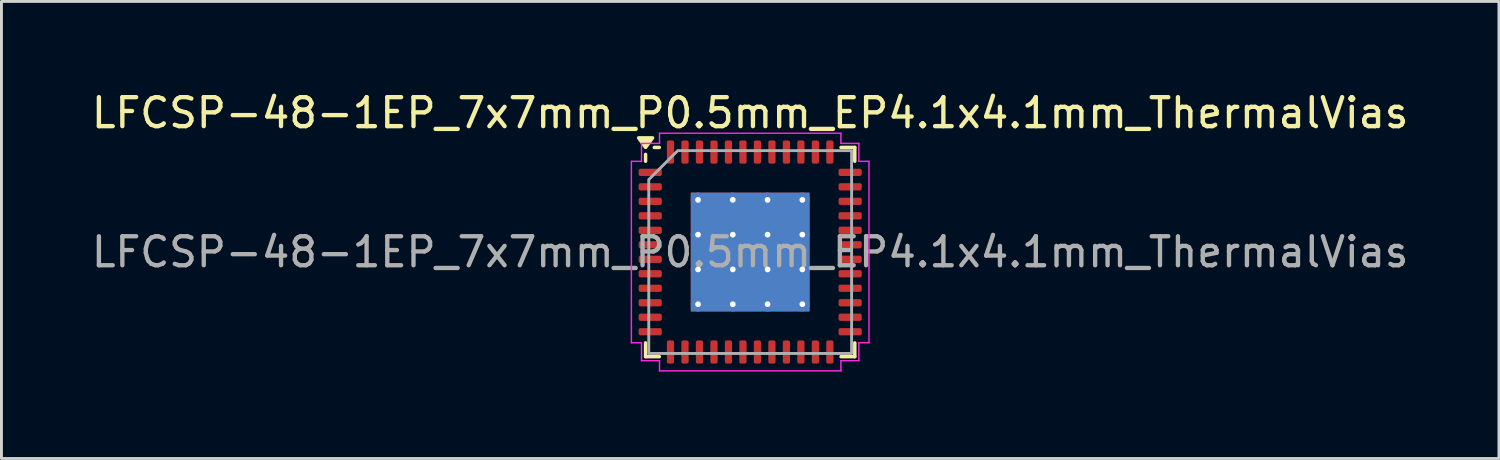
<source format=kicad_pcb>
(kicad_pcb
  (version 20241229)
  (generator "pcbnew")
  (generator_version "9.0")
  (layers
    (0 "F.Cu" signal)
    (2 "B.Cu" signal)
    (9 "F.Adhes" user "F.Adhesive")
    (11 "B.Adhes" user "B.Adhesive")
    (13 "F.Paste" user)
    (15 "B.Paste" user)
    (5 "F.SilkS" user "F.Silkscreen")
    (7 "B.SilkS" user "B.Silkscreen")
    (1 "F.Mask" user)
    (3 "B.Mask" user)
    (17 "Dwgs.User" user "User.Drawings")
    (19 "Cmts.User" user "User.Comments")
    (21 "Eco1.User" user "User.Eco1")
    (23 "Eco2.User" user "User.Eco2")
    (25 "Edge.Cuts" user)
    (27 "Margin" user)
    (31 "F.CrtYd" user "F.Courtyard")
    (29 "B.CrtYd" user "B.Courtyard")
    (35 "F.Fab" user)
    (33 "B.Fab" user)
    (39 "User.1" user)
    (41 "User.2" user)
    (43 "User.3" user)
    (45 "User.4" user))
  (footprint "LFCSP-48-1EP_7x7mm_P0.5mm_EP4.1x4.1mm_ThermalVias"
    (layer "F.Cu")
    (at 22.839 5.648)
    (property "Reference" "LFCSP-48-1EP_7x7mm_P0.5mm_EP4.1x4.1mm_ThermalVias" (at 0 -4.8 0) (layer "F.SilkS") (effects (font (size 1 1) (thickness 0.15))))
    (attr smd)
    (fp_line (start -3.61 -3.135) (end -3.61 -3.37) (stroke (width 0.12) (type solid)) (layer "F.SilkS"))
    (fp_line (start -3.61 3.61) (end -3.61 3.135) (stroke (width 0.12) (type solid)) (layer "F.SilkS"))
    (fp_line (start -3.135 -3.61) (end -3.31 -3.61) (stroke (width 0.12) (type solid)) (layer "F.SilkS"))
    (fp_line (start -3.135 3.61) (end -3.61 3.61) (stroke (width 0.12) (type solid)) (layer "F.SilkS"))
    (fp_line (start 3.135 -3.61) (end 3.61 -3.61) (stroke (width 0.12) (type solid)) (layer "F.SilkS"))
    (fp_line (start 3.135 3.61) (end 3.61 3.61) (stroke (width 0.12) (type solid)) (layer "F.SilkS"))
    (fp_line (start 3.61 -3.61) (end 3.61 -3.135) (stroke (width 0.12) (type solid)) (layer "F.SilkS"))
    (fp_line (start 3.61 3.61) (end 3.61 3.135) (stroke (width 0.12) (type solid)) (layer "F.SilkS"))
    (fp_poly (pts (xy -3.61 -3.61) (xy -3.85 -3.94) (xy -3.37 -3.94)) (stroke (width 0.12) (type solid)) (fill yes) (layer "F.SilkS"))
    (fp_line (start -4.1 -3.13) (end -3.75 -3.13) (stroke (width 0.05) (type solid)) (layer "F.CrtYd"))
    (fp_line (start -4.1 3.13) (end -4.1 -3.13) (stroke (width 0.05) (type solid)) (layer "F.CrtYd"))
    (fp_line (start -3.75 -3.75) (end -3.13 -3.75) (stroke (width 0.05) (type solid)) (layer "F.CrtYd"))
    (fp_line (start -3.75 -3.13) (end -3.75 -3.75) (stroke (width 0.05) (type solid)) (layer "F.CrtYd"))
    (fp_line (start -3.75 3.13) (end -4.1 3.13) (stroke (width 0.05) (type solid)) (layer "F.CrtYd"))
    (fp_line (start -3.75 3.75) (end -3.75 3.13) (stroke (width 0.05) (type solid)) (layer "F.CrtYd"))
    (fp_line (start -3.13 -4.1) (end 3.13 -4.1) (stroke (width 0.05) (type solid)) (layer "F.CrtYd"))
    (fp_line (start -3.13 -3.75) (end -3.13 -4.1) (stroke (width 0.05) (type solid)) (layer "F.CrtYd"))
    (fp_line (start -3.13 3.75) (end -3.75 3.75) (stroke (width 0.05) (type solid)) (layer "F.CrtYd"))
    (fp_line (start -3.13 4.1) (end -3.13 3.75) (stroke (width 0.05) (type solid)) (layer "F.CrtYd"))
    (fp_line (start 3.13 -4.1) (end 3.13 -3.75) (stroke (width 0.05) (type solid)) (layer "F.CrtYd"))
    (fp_line (start 3.13 -3.75) (end 3.75 -3.75) (stroke (width 0.05) (type solid)) (layer "F.CrtYd"))
    (fp_line (start 3.13 3.75) (end 3.13 4.1) (stroke (width 0.05) (type solid)) (layer "F.CrtYd"))
    (fp_line (start 3.13 4.1) (end -3.13 4.1) (stroke (width 0.05) (type solid)) (layer "F.CrtYd"))
    (fp_line (start 3.75 -3.75) (end 3.75 -3.13) (stroke (width 0.05) (type solid)) (layer "F.CrtYd"))
    (fp_line (start 3.75 -3.13) (end 4.1 -3.13) (stroke (width 0.05) (type solid)) (layer "F.CrtYd"))
    (fp_line (start 3.75 3.13) (end 3.75 3.75) (stroke (width 0.05) (type solid)) (layer "F.CrtYd"))
    (fp_line (start 3.75 3.75) (end 3.13 3.75) (stroke (width 0.05) (type solid)) (layer "F.CrtYd"))
    (fp_line (start 4.1 -3.13) (end 4.1 3.13) (stroke (width 0.05) (type solid)) (layer "F.CrtYd"))
    (fp_line (start 4.1 3.13) (end 3.75 3.13) (stroke (width 0.05) (type solid)) (layer "F.CrtYd"))
    (fp_poly (pts (xy -3.5 -2.5) (xy -3.5 3.5) (xy 3.5 3.5) (xy 3.5 -3.5) (xy -2.5 -3.5)) (stroke (width 0.1) (type solid)) (fill no) (layer "F.Fab"))
    (fp_text user "${REFERENCE}" (at 0 0 0) (layer "F.Fab") (effects (font (size 1 1) (thickness 0.15))))
    (pad "" smd roundrect (at -1.37 -1.37) (size 1.14 1.14) (layers "F.Paste") (roundrect_rratio 0.219))
    (pad "" smd roundrect (at -1.37 0) (size 1.14 1.14) (layers "F.Paste") (roundrect_rratio 0.219))
    (pad "" smd roundrect (at -1.37 1.37) (size 1.14 1.14) (layers "F.Paste") (roundrect_rratio 0.219))
    (pad "" smd roundrect (at 0 -1.37) (size 1.14 1.14) (layers "F.Paste") (roundrect_rratio 0.219))
    (pad "" smd roundrect (at 0 0) (size 1.14 1.14) (layers "F.Paste") (roundrect_rratio 0.219))
    (pad "" smd roundrect (at 0 1.37) (size 1.14 1.14) (layers "F.Paste") (roundrect_rratio 0.219))
    (pad "" smd roundrect (at 1.37 -1.37) (size 1.14 1.14) (layers "F.Paste") (roundrect_rratio 0.219))
    (pad "" smd roundrect (at 1.37 0) (size 1.14 1.14) (layers "F.Paste") (roundrect_rratio 0.219))
    (pad "" smd roundrect (at 1.37 1.37) (size 1.14 1.14) (layers "F.Paste") (roundrect_rratio 0.219))
    (pad "1" smd roundrect (at -3.45 -2.75) (size 0.8 0.25) (layers "F.Cu" "F.Mask" "F.Paste") (roundrect_rratio 0.25))
    (pad "2" smd roundrect (at -3.45 -2.25) (size 0.8 0.25) (layers "F.Cu" "F.Mask" "F.Paste") (roundrect_rratio 0.25))
    (pad "3" smd roundrect (at -3.45 -1.75) (size 0.8 0.25) (layers "F.Cu" "F.Mask" "F.Paste") (roundrect_rratio 0.25))
    (pad "4" smd roundrect (at -3.45 -1.25) (size 0.8 0.25) (layers "F.Cu" "F.Mask" "F.Paste") (roundrect_rratio 0.25))
    (pad "5" smd roundrect (at -3.45 -0.75) (size 0.8 0.25) (layers "F.Cu" "F.Mask" "F.Paste") (roundrect_rratio 0.25))
    (pad "6" smd roundrect (at -3.45 -0.25) (size 0.8 0.25) (layers "F.Cu" "F.Mask" "F.Paste") (roundrect_rratio 0.25))
    (pad "7" smd roundrect (at -3.45 0.25) (size 0.8 0.25) (layers "F.Cu" "F.Mask" "F.Paste") (roundrect_rratio 0.25))
    (pad "8" smd roundrect (at -3.45 0.75) (size 0.8 0.25) (layers "F.Cu" "F.Mask" "F.Paste") (roundrect_rratio 0.25))
    (pad "9" smd roundrect (at -3.45 1.25) (size 0.8 0.25) (layers "F.Cu" "F.Mask" "F.Paste") (roundrect_rratio 0.25))
    (pad "10" smd roundrect (at -3.45 1.75) (size 0.8 0.25) (layers "F.Cu" "F.Mask" "F.Paste") (roundrect_rratio 0.25))
    (pad "11" smd roundrect (at -3.45 2.25) (size 0.8 0.25) (layers "F.Cu" "F.Mask" "F.Paste") (roundrect_rratio 0.25))
    (pad "12" smd roundrect (at -3.45 2.75) (size 0.8 0.25) (layers "F.Cu" "F.Mask" "F.Paste") (roundrect_rratio 0.25))
    (pad "13" smd roundrect (at -2.75 3.45) (size 0.25 0.8) (layers "F.Cu" "F.Mask" "F.Paste") (roundrect_rratio 0.25))
    (pad "14" smd roundrect (at -2.25 3.45) (size 0.25 0.8) (layers "F.Cu" "F.Mask" "F.Paste") (roundrect_rratio 0.25))
    (pad "15" smd roundrect (at -1.75 3.45) (size 0.25 0.8) (layers "F.Cu" "F.Mask" "F.Paste") (roundrect_rratio 0.25))
    (pad "16" smd roundrect (at -1.25 3.45) (size 0.25 0.8) (layers "F.Cu" "F.Mask" "F.Paste") (roundrect_rratio 0.25))
    (pad "17" smd roundrect (at -0.75 3.45) (size 0.25 0.8) (layers "F.Cu" "F.Mask" "F.Paste") (roundrect_rratio 0.25))
    (pad "18" smd roundrect (at -0.25 3.45) (size 0.25 0.8) (layers "F.Cu" "F.Mask" "F.Paste") (roundrect_rratio 0.25))
    (pad "19" smd roundrect (at 0.25 3.45) (size 0.25 0.8) (layers "F.Cu" "F.Mask" "F.Paste") (roundrect_rratio 0.25))
    (pad "20" smd roundrect (at 0.75 3.45) (size 0.25 0.8) (layers "F.Cu" "F.Mask" "F.Paste") (roundrect_rratio 0.25))
    (pad "21" smd roundrect (at 1.25 3.45) (size 0.25 0.8) (layers "F.Cu" "F.Mask" "F.Paste") (roundrect_rratio 0.25))
    (pad "22" smd roundrect (at 1.75 3.45) (size 0.25 0.8) (layers "F.Cu" "F.Mask" "F.Paste") (roundrect_rratio 0.25))
    (pad "23" smd roundrect (at 2.25 3.45) (size 0.25 0.8) (layers "F.Cu" "F.Mask" "F.Paste") (roundrect_rratio 0.25))
    (pad "24" smd roundrect (at 2.75 3.45) (size 0.25 0.8) (layers "F.Cu" "F.Mask" "F.Paste") (roundrect_rratio 0.25))
    (pad "25" smd roundrect (at 3.45 2.75) (size 0.8 0.25) (layers "F.Cu" "F.Mask" "F.Paste") (roundrect_rratio 0.25))
    (pad "26" smd roundrect (at 3.45 2.25) (size 0.8 0.25) (layers "F.Cu" "F.Mask" "F.Paste") (roundrect_rratio 0.25))
    (pad "27" smd roundrect (at 3.45 1.75) (size 0.8 0.25) (layers "F.Cu" "F.Mask" "F.Paste") (roundrect_rratio 0.25))
    (pad "28" smd roundrect (at 3.45 1.25) (size 0.8 0.25) (layers "F.Cu" "F.Mask" "F.Paste") (roundrect_rratio 0.25))
    (pad "29" smd roundrect (at 3.45 0.75) (size 0.8 0.25) (layers "F.Cu" "F.Mask" "F.Paste") (roundrect_rratio 0.25))
    (pad "30" smd roundrect (at 3.45 0.25) (size 0.8 0.25) (layers "F.Cu" "F.Mask" "F.Paste") (roundrect_rratio 0.25))
    (pad "31" smd roundrect (at 3.45 -0.25) (size 0.8 0.25) (layers "F.Cu" "F.Mask" "F.Paste") (roundrect_rratio 0.25))
    (pad "32" smd roundrect (at 3.45 -0.75) (size 0.8 0.25) (layers "F.Cu" "F.Mask" "F.Paste") (roundrect_rratio 0.25))
    (pad "33" smd roundrect (at 3.45 -1.25) (size 0.8 0.25) (layers "F.Cu" "F.Mask" "F.Paste") (roundrect_rratio 0.25))
    (pad "34" smd roundrect (at 3.45 -1.75) (size 0.8 0.25) (layers "F.Cu" "F.Mask" "F.Paste") (roundrect_rratio 0.25))
    (pad "35" smd roundrect (at 3.45 -2.25) (size 0.8 0.25) (layers "F.Cu" "F.Mask" "F.Paste") (roundrect_rratio 0.25))
    (pad "36" smd roundrect (at 3.45 -2.75) (size 0.8 0.25) (layers "F.Cu" "F.Mask" "F.Paste") (roundrect_rratio 0.25))
    (pad "37" smd roundrect (at 2.75 -3.45) (size 0.25 0.8) (layers "F.Cu" "F.Mask" "F.Paste") (roundrect_rratio 0.25))
    (pad "38" smd roundrect (at 2.25 -3.45) (size 0.25 0.8) (layers "F.Cu" "F.Mask" "F.Paste") (roundrect_rratio 0.25))
    (pad "39" smd roundrect (at 1.75 -3.45) (size 0.25 0.8) (layers "F.Cu" "F.Mask" "F.Paste") (roundrect_rratio 0.25))
    (pad "40" smd roundrect (at 1.25 -3.45) (size 0.25 0.8) (layers "F.Cu" "F.Mask" "F.Paste") (roundrect_rratio 0.25))
    (pad "41" smd roundrect (at 0.75 -3.45) (size 0.25 0.8) (layers "F.Cu" "F.Mask" "F.Paste") (roundrect_rratio 0.25))
    (pad "42" smd roundrect (at 0.25 -3.45) (size 0.25 0.8) (layers "F.Cu" "F.Mask" "F.Paste") (roundrect_rratio 0.25))
    (pad "43" smd roundrect (at -0.25 -3.45) (size 0.25 0.8) (layers "F.Cu" "F.Mask" "F.Paste") (roundrect_rratio 0.25))
    (pad "44" smd roundrect (at -0.75 -3.45) (size 0.25 0.8) (layers "F.Cu" "F.Mask" "F.Paste") (roundrect_rratio 0.25))
    (pad "45" smd roundrect (at -1.25 -3.45) (size 0.25 0.8) (layers "F.Cu" "F.Mask" "F.Paste") (roundrect_rratio 0.25))
    (pad "46" smd roundrect (at -1.75 -3.45) (size 0.25 0.8) (layers "F.Cu" "F.Mask" "F.Paste") (roundrect_rratio 0.25))
    (pad "47" smd roundrect (at -2.25 -3.45) (size 0.25 0.8) (layers "F.Cu" "F.Mask" "F.Paste") (roundrect_rratio 0.25))
    (pad "48" smd roundrect (at -2.75 -3.45) (size 0.25 0.8) (layers "F.Cu" "F.Mask" "F.Paste") (roundrect_rratio 0.25))
    (pad "49" thru_hole circle (at -1.8 -1.8) (size 0.5 0.5) (drill 0.2) (property pad_prop_heatsink) (layers "*.Cu"))
    (pad "49" thru_hole circle (at -1.8 -0.6) (size 0.5 0.5) (drill 0.2) (property pad_prop_heatsink) (layers "*.Cu"))
    (pad "49" thru_hole circle (at -1.8 0.6) (size 0.5 0.5) (drill 0.2) (property pad_prop_heatsink) (layers "*.Cu"))
    (pad "49" thru_hole circle (at -1.8 1.8) (size 0.5 0.5) (drill 0.2) (property pad_prop_heatsink) (layers "*.Cu"))
    (pad "49" thru_hole circle (at -0.6 -1.8) (size 0.5 0.5) (drill 0.2) (property pad_prop_heatsink) (layers "*.Cu"))
    (pad "49" thru_hole circle (at -0.6 -0.6) (size 0.5 0.5) (drill 0.2) (property pad_prop_heatsink) (layers "*.Cu"))
    (pad "49" thru_hole circle (at -0.6 0.6) (size 0.5 0.5) (drill 0.2) (property pad_prop_heatsink) (layers "*.Cu"))
    (pad "49" thru_hole circle (at -0.6 1.8) (size 0.5 0.5) (drill 0.2) (property pad_prop_heatsink) (layers "*.Cu"))
    (pad "49" smd rect (at 0 0) (size 4.1 4.1) (property pad_prop_heatsink) (layers "F.Cu" "F.Mask"))
    (pad "49" smd rect (at 0 0) (size 4.1 4.1) (property pad_prop_heatsink) (layers "B.Cu"))
    (pad "49" thru_hole circle (at 0.6 -1.8) (size 0.5 0.5) (drill 0.2) (property pad_prop_heatsink) (layers "*.Cu"))
    (pad "49" thru_hole circle (at 0.6 -0.6) (size 0.5 0.5) (drill 0.2) (property pad_prop_heatsink) (layers "*.Cu"))
    (pad "49" thru_hole circle (at 0.6 0.6) (size 0.5 0.5) (drill 0.2) (property pad_prop_heatsink) (layers "*.Cu"))
    (pad "49" thru_hole circle (at 0.6 1.8) (size 0.5 0.5) (drill 0.2) (property pad_prop_heatsink) (layers "*.Cu"))
    (pad "49" thru_hole circle (at 1.8 -1.8) (size 0.5 0.5) (drill 0.2) (property pad_prop_heatsink) (layers "*.Cu"))
    (pad "49" thru_hole circle (at 1.8 -0.6) (size 0.5 0.5) (drill 0.2) (property pad_prop_heatsink) (layers "*.Cu"))
    (pad "49" thru_hole circle (at 1.8 0.6) (size 0.5 0.5) (drill 0.2) (property pad_prop_heatsink) (layers "*.Cu"))
    (pad "49" thru_hole circle (at 1.8 1.8) (size 0.5 0.5) (drill 0.2) (property pad_prop_heatsink) (layers "*.Cu")))
  (gr_rect
    (start -3 -3)
    (end 48.679 12.773)
    (stroke (width 0.1) (type default))
    (fill no)
    (layer "Edge.Cuts")))
</source>
